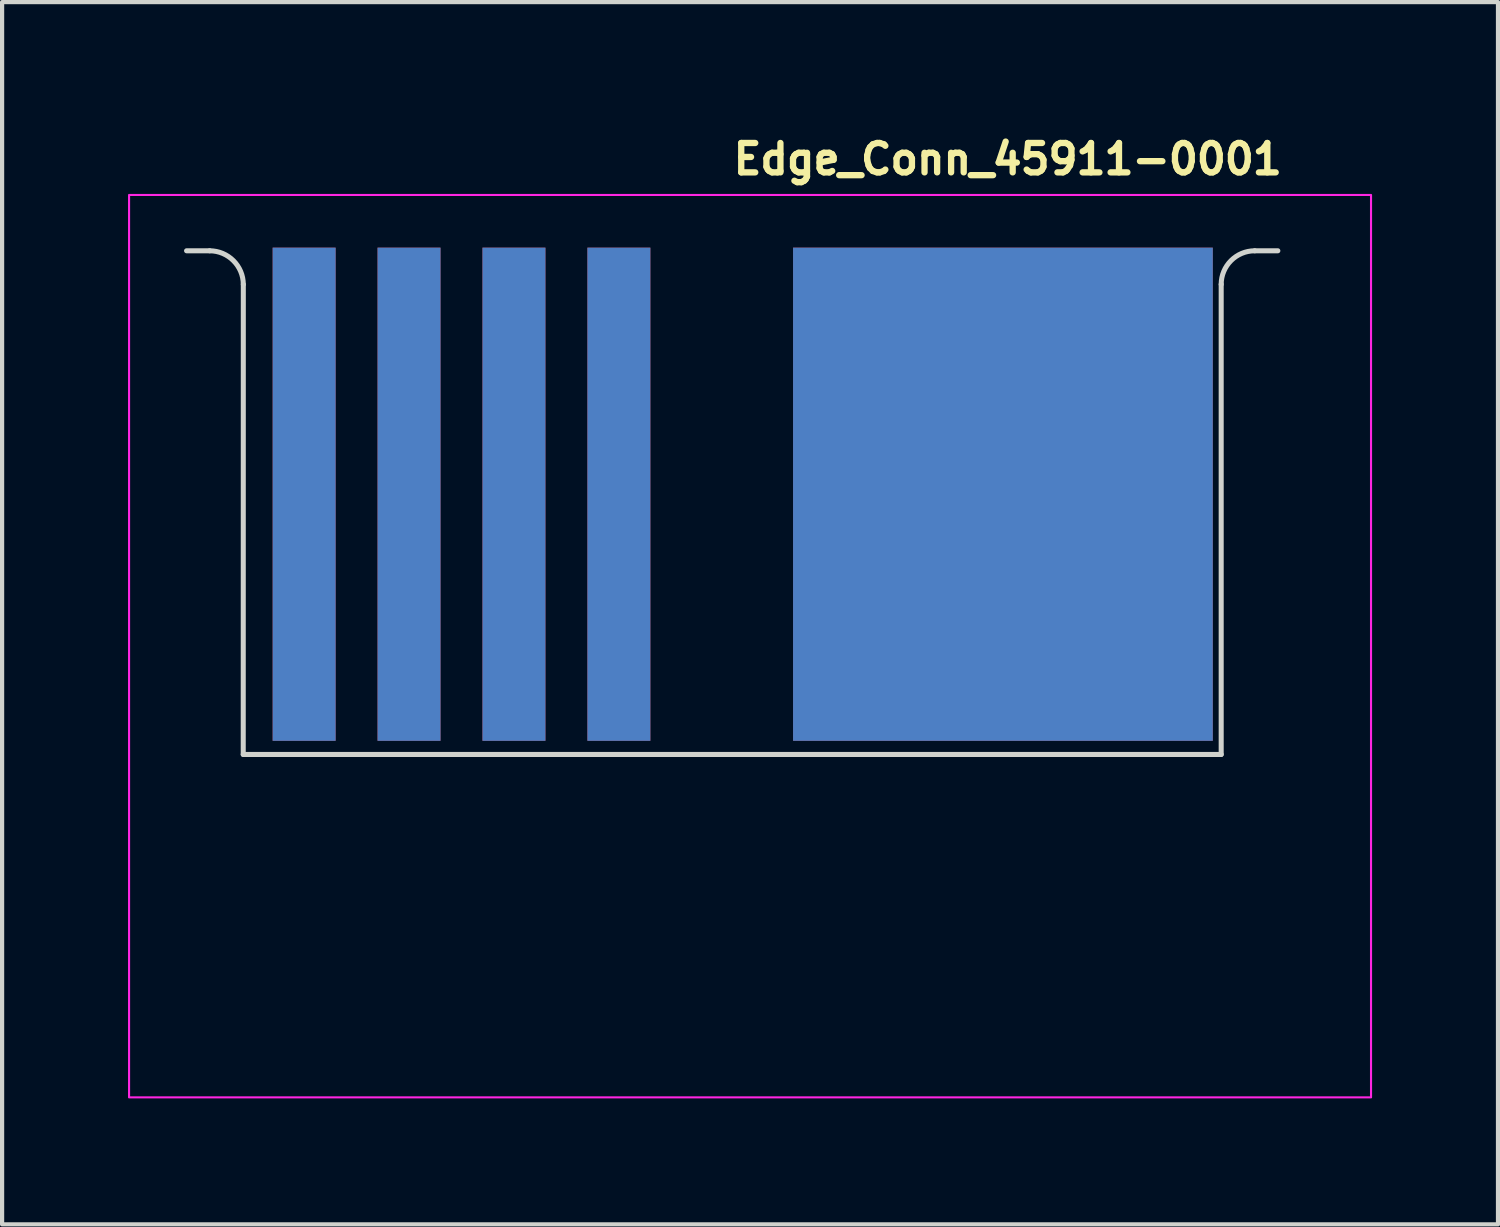
<source format=kicad_pcb>
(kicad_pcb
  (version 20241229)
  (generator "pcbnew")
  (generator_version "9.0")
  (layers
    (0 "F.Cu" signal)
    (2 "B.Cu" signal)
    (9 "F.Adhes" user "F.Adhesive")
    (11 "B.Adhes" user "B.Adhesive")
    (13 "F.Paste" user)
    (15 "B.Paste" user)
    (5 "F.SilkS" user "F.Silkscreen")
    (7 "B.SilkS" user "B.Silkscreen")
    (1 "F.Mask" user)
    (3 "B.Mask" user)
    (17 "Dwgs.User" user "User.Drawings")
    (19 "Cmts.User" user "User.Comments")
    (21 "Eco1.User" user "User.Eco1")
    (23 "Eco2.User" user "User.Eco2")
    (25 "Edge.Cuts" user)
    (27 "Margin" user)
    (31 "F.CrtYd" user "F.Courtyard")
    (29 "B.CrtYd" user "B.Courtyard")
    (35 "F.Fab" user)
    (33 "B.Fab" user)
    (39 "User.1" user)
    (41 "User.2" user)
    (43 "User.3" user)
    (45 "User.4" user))
  (footprint "Edge_Conn_45911-0001"
    (layer "F.Cu")
    (at 14.395 8.925)
    (property "Reference" "Edge_Conn_45911-0001" (at -0.05 -7.775 0) (layer "F.SilkS") (effects (font (size 0.7 0.7) (thickness 0.15)) (justify left bottom)))
    (attr exclude_from_pos_files exclude_from_bom)
    (fp_line (start -12.449 -6) (end -13 -6) (stroke (width 0.12) (type solid)) (layer "Edge.Cuts"))
    (fp_line (start -11.65 6) (end -11.648 -5.199) (stroke (width 0.12) (type solid)) (layer "Edge.Cuts"))
    (fp_line (start -11.65 6) (end 11.65 6) (stroke (width 0.12) (type solid)) (layer "Edge.Cuts"))
    (fp_line (start 11.65 6) (end 11.65 -5.2) (stroke (width 0.12) (type solid)) (layer "Edge.Cuts"))
    (fp_line (start 12.449 -6) (end 13 -6) (stroke (width 0.12) (type solid)) (layer "Edge.Cuts"))
    (fp_arc (start -12.449 -6) (mid -11.884 -5.765) (end -11.648 -5.199) (stroke (width 0.12) (type solid)) (layer "Edge.Cuts"))
    (fp_arc (start 11.65 -5.2) (mid 11.884 -5.765) (end 12.449 -6) (stroke (width 0.12) (type solid)) (layer "Edge.Cuts"))
    (fp_rect (start -14.37 -7.33) (end 15.22 14.17) (stroke (width 0.05) (type solid)) (fill no) (layer "F.CrtYd"))
    (fp_rect (start -13.379 -6.33) (end 14.22 13.17) (stroke (width 0.1) (type solid)) (fill no) (layer "User.5"))
    (fp_line (start -13.379 8.67) (end -13.379 -6.33) (stroke (width 0.02) (type solid)) (layer "User.9"))
    (fp_line (start -10.678 8.17) (end -10.678 8.67) (stroke (width 0.02) (type solid)) (layer "User.9"))
    (fp_line (start -10.678 8.17) (end -2.179 8.17) (stroke (width 0.02) (type solid)) (layer "User.9"))
    (fp_line (start -10.678 8.67) (end -13.379 8.67) (stroke (width 0.02) (type solid)) (layer "User.9"))
    (fp_line (start -10.678 8.67) (end -2.179 8.67) (stroke (width 0.02) (type solid)) (layer "User.9"))
    (fp_line (start -10.529 8.17) (end -10.529 13) (stroke (width 0.02) (type solid)) (layer "User.9"))
    (fp_line (start -9.829 8.17) (end -9.829 13) (stroke (width 0.02) (type solid)) (layer "User.9"))
    (fp_line (start -9.829 13) (end -10.529 13) (stroke (width 0.02) (type solid)) (layer "User.9"))
    (fp_line (start -8.029 13) (end -8.029 8.17) (stroke (width 0.02) (type solid)) (layer "User.9"))
    (fp_line (start -7.328 8.17) (end -7.328 13) (stroke (width 0.02) (type solid)) (layer "User.9"))
    (fp_line (start -7.328 13) (end -8.029 13) (stroke (width 0.02) (type solid)) (layer "User.9"))
    (fp_line (start -5.529 13) (end -5.529 8.17) (stroke (width 0.02) (type solid)) (layer "User.9"))
    (fp_line (start -4.828 8.17) (end -4.828 13) (stroke (width 0.02) (type solid)) (layer "User.9"))
    (fp_line (start -4.828 13) (end -5.529 13) (stroke (width 0.02) (type solid)) (layer "User.9"))
    (fp_line (start -3.028 8.17) (end -3.028 13) (stroke (width 0.02) (type solid)) (layer "User.9"))
    (fp_line (start -2.329 8.17) (end -2.329 13) (stroke (width 0.02) (type solid)) (layer "User.9"))
    (fp_line (start -2.329 13) (end -3.028 13) (stroke (width 0.02) (type solid)) (layer "User.9"))
    (fp_line (start -2.179 8.67) (end -2.179 8.17) (stroke (width 0.02) (type solid)) (layer "User.9"))
    (fp_line (start 0.957 8.67) (end 0.97 8.67) (stroke (width 0.02) (type solid)) (layer "User.9"))
    (fp_line (start 0.957 8.67) (end 0.97 8.67) (stroke (width 0.02) (type solid)) (layer "User.9"))
    (fp_line (start 0.957 8.67) (end 0.97 8.67) (stroke (width 0.02) (type default)) (layer "User.9"))
    (fp_line (start 0.97 8.67) (end 0.957 8.67) (stroke (width 0.02) (type solid)) (layer "User.9"))
    (fp_line (start 0.97 8.67) (end 0.97 8.67) (stroke (width 0.02) (type solid)) (layer "User.9"))
    (fp_line (start 0.97 8.67) (end 0.97 8.67) (stroke (width 0.02) (type solid)) (layer "User.9"))
    (fp_line (start 0.97 8.67) (end 0.97 8.67) (stroke (width 0.02) (type solid)) (layer "User.9"))
    (fp_line (start 0.97 8.67) (end 1.01 8.67) (stroke (width 0.02) (type solid)) (layer "User.9"))
    (fp_line (start 0.97 8.67) (end 1.01 8.67) (stroke (width 0.02) (type solid)) (layer "User.9"))
    (fp_line (start 1.01 8.67) (end 0.97 8.67) (stroke (width 0.02) (type solid)) (layer "User.9"))
    (fp_line (start 1.01 8.67) (end 1.01 8.67) (stroke (width 0.02) (type solid)) (layer "User.9"))
    (fp_line (start 1.01 8.67) (end 1.01 8.67) (stroke (width 0.02) (type solid)) (layer "User.9"))
    (fp_line (start 1.01 8.67) (end 1.01 8.67) (stroke (width 0.02) (type solid)) (layer "User.9"))
    (fp_line (start 1.01 8.67) (end 1.072 8.67) (stroke (width 0.02) (type solid)) (layer "User.9"))
    (fp_line (start 1.01 8.67) (end 1.072 8.67) (stroke (width 0.02) (type solid)) (layer "User.9"))
    (fp_line (start 1.072 8.67) (end 1.01 8.67) (stroke (width 0.02) (type solid)) (layer "User.9"))
    (fp_line (start 1.072 8.67) (end 1.072 8.67) (stroke (width 0.02) (type solid)) (layer "User.9"))
    (fp_line (start 1.072 8.67) (end 1.072 8.67) (stroke (width 0.02) (type solid)) (layer "User.9"))
    (fp_line (start 1.072 8.67) (end 1.072 8.67) (stroke (width 0.02) (type solid)) (layer "User.9"))
    (fp_line (start 1.072 8.67) (end 1.152 8.67) (stroke (width 0.02) (type solid)) (layer "User.9"))
    (fp_line (start 1.072 8.67) (end 1.152 8.67) (stroke (width 0.02) (type solid)) (layer "User.9"))
    (fp_line (start 1.121 8.67) (end 0.957 8.67) (stroke (width 0.02) (type solid)) (layer "User.9"))
    (fp_line (start 1.121 13.17) (end 1.121 8.67) (stroke (width 0.02) (type solid)) (layer "User.9"))
    (fp_line (start 1.152 8.67) (end 1.072 8.67) (stroke (width 0.02) (type solid)) (layer "User.9"))
    (fp_line (start 1.152 8.67) (end 1.152 8.67) (stroke (width 0.02) (type solid)) (layer "User.9"))
    (fp_line (start 1.152 8.67) (end 1.152 8.67) (stroke (width 0.02) (type solid)) (layer "User.9"))
    (fp_line (start 1.152 8.67) (end 1.152 8.67) (stroke (width 0.02) (type solid)) (layer "User.9"))
    (fp_line (start 1.152 8.67) (end 1.249 8.67) (stroke (width 0.02) (type solid)) (layer "User.9"))
    (fp_line (start 1.152 8.67) (end 1.249 8.67) (stroke (width 0.02) (type solid)) (layer "User.9"))
    (fp_line (start 1.249 8.67) (end 1.152 8.67) (stroke (width 0.02) (type solid)) (layer "User.9"))
    (fp_line (start 1.584 8.67) (end 1.692 8.67) (stroke (width 0.02) (type solid)) (layer "User.9"))
    (fp_line (start 1.584 8.67) (end 1.692 8.67) (stroke (width 0.02) (type solid)) (layer "User.9"))
    (fp_line (start 1.692 8.67) (end 1.471 8.67) (stroke (width 0.02) (type solid)) (layer "User.9"))
    (fp_line (start 1.692 8.67) (end 1.692 8.67) (stroke (width 0.02) (type solid)) (layer "User.9"))
    (fp_line (start 1.692 8.67) (end 1.692 8.67) (stroke (width 0.02) (type solid)) (layer "User.9"))
    (fp_line (start 1.692 8.67) (end 1.692 8.67) (stroke (width 0.02) (type solid)) (layer "User.9"))
    (fp_line (start 1.692 8.67) (end 11.211 8.665) (stroke (width 0.02) (type solid)) (layer "User.9"))
    (fp_line (start 1.701 8.67) (end -2.179 8.67) (stroke (width 0.02) (type solid)) (layer "User.9"))
    (fp_line (start 1.709 8.669) (end 1.701 8.67) (stroke (width 0.02) (type solid)) (layer "User.9"))
    (fp_line (start 1.718 8.667) (end 1.709 8.669) (stroke (width 0.02) (type solid)) (layer "User.9"))
    (fp_line (start 1.726 8.667) (end 1.718 8.667) (stroke (width 0.02) (type solid)) (layer "User.9"))
    (fp_line (start 1.734 8.664) (end 1.726 8.667) (stroke (width 0.02) (type solid)) (layer "User.9"))
    (fp_line (start 1.742 8.664) (end 1.734 8.664) (stroke (width 0.02) (type solid)) (layer "User.9"))
    (fp_line (start 1.749 8.662) (end 1.742 8.664) (stroke (width 0.02) (type solid)) (layer "User.9"))
    (fp_line (start 1.756 8.659) (end 1.749 8.662) (stroke (width 0.02) (type solid)) (layer "User.9"))
    (fp_line (start 1.762 8.657) (end 1.756 8.659) (stroke (width 0.02) (type solid)) (layer "User.9"))
    (fp_line (start 1.768 8.654) (end 1.762 8.657) (stroke (width 0.02) (type default)) (layer "User.9"))
    (fp_line (start 1.774 8.651) (end 1.768 8.654) (stroke (width 0.02) (type solid)) (layer "User.9"))
    (fp_line (start 1.78 8.647) (end 1.774 8.651) (stroke (width 0.02) (type solid)) (layer "User.9"))
    (fp_line (start 1.786 8.644) (end 1.78 8.647) (stroke (width 0.02) (type solid)) (layer "User.9"))
    (fp_line (start 1.791 8.639) (end 1.786 8.644) (stroke (width 0.02) (type solid)) (layer "User.9"))
    (fp_line (start 1.797 8.635) (end 1.791 8.639) (stroke (width 0.02) (type solid)) (layer "User.9"))
    (fp_line (start 1.801 8.63) (end 1.797 8.635) (stroke (width 0.02) (type solid)) (layer "User.9"))
    (fp_line (start 1.807 8.625) (end 1.807 8.626) (stroke (width 0.02) (type solid)) (layer "User.9"))
    (fp_line (start 1.807 8.625) (end 1.807 8.626) (stroke (width 0.02) (type solid)) (layer "User.9"))
    (fp_line (start 1.807 8.626) (end 1.801 8.63) (stroke (width 0.02) (type solid)) (layer "User.9"))
    (fp_line (start 1.807 8.626) (end 1.807 8.626) (stroke (width 0.02) (type solid)) (layer "User.9"))
    (fp_line (start 1.812 8.619) (end 1.807 8.626) (stroke (width 0.02) (type solid)) (layer "User.9"))
    (fp_line (start 1.816 8.616) (end 1.812 8.619) (stroke (width 0.02) (type solid)) (layer "User.9"))
    (fp_line (start 1.821 8.61) (end 1.807 8.626) (stroke (width 0.02) (type default)) (layer "User.9"))
    (fp_line (start 1.821 8.61) (end 1.821 13.17) (stroke (width 0.02) (type solid)) (layer "User.9"))
    (fp_line (start 1.821 8.611) (end 1.816 8.616) (stroke (width 0.02) (type solid)) (layer "User.9"))
    (fp_line (start 1.821 13.17) (end 1.121 13.17) (stroke (width 0.02) (type solid)) (layer "User.9"))
    (fp_line (start 1.825 8.606) (end 1.821 8.611) (stroke (width 0.02) (type solid)) (layer "User.9"))
    (fp_line (start 1.828 8.6) (end 1.825 8.606) (stroke (width 0.02) (type solid)) (layer "User.9"))
    (fp_line (start 1.832 8.595) (end 1.828 8.6) (stroke (width 0.02) (type solid)) (layer "User.9"))
    (fp_line (start 1.835 8.587) (end 1.832 8.595) (stroke (width 0.02) (type solid)) (layer "User.9"))
    (fp_line (start 1.838 8.582) (end 1.835 8.587) (stroke (width 0.02) (type solid)) (layer "User.9"))
    (fp_line (start 1.841 8.575) (end 1.838 8.582) (stroke (width 0.02) (type solid)) (layer "User.9"))
    (fp_line (start 1.843 8.568) (end 1.841 8.575) (stroke (width 0.02) (type solid)) (layer "User.9"))
    (fp_line (start 1.845 8.561) (end 1.843 8.568) (stroke (width 0.02) (type solid)) (layer "User.9"))
    (fp_line (start 1.847 8.553) (end 1.845 8.561) (stroke (width 0.02) (type solid)) (layer "User.9"))
    (fp_line (start 1.848 8.545) (end 1.847 8.553) (stroke (width 0.02) (type solid)) (layer "User.9"))
    (fp_line (start 1.849 8.537) (end 1.848 8.545) (stroke (width 0.02) (type solid)) (layer "User.9"))
    (fp_line (start 1.85 8.526) (end 1.849 8.537) (stroke (width 0.02) (type solid)) (layer "User.9"))
    (fp_line (start 1.851 8.311) (end 1.852 8.302) (stroke (width 0.02) (type solid)) (layer "User.9"))
    (fp_line (start 1.851 8.32) (end 1.851 8.311) (stroke (width 0.02) (type solid)) (layer "User.9"))
    (fp_line (start 1.851 8.32) (end 1.851 8.52) (stroke (width 0.02) (type solid)) (layer "User.9"))
    (fp_line (start 1.851 8.52) (end 1.85 8.526) (stroke (width 0.02) (type solid)) (layer "User.9"))
    (fp_line (start 1.852 8.302) (end 1.853 8.294) (stroke (width 0.02) (type solid)) (layer "User.9"))
    (fp_line (start 1.853 8.294) (end 1.854 8.286) (stroke (width 0.02) (type solid)) (layer "User.9"))
    (fp_line (start 1.854 8.286) (end 1.856 8.276) (stroke (width 0.02) (type solid)) (layer "User.9"))
    (fp_line (start 1.856 8.276) (end 1.858 8.271) (stroke (width 0.02) (type solid)) (layer "User.9"))
    (fp_line (start 1.858 8.271) (end 1.86 8.264) (stroke (width 0.02) (type solid)) (layer "User.9"))
    (fp_line (start 1.86 8.264) (end 1.863 8.257) (stroke (width 0.02) (type solid)) (layer "User.9"))
    (fp_line (start 1.863 8.257) (end 1.866 8.251) (stroke (width 0.02) (type solid)) (layer "User.9"))
    (fp_line (start 1.866 8.251) (end 1.869 8.244) (stroke (width 0.02) (type solid)) (layer "User.9"))
    (fp_line (start 1.869 8.244) (end 1.873 8.239) (stroke (width 0.02) (type solid)) (layer "User.9"))
    (fp_line (start 1.873 8.239) (end 1.875 8.233) (stroke (width 0.02) (type solid)) (layer "User.9"))
    (fp_line (start 1.875 8.233) (end 1.879 8.228) (stroke (width 0.02) (type solid)) (layer "User.9"))
    (fp_line (start 1.879 8.228) (end 1.885 8.223) (stroke (width 0.02) (type solid)) (layer "User.9"))
    (fp_line (start 1.885 8.223) (end 1.889 8.218) (stroke (width 0.02) (type solid)) (layer "User.9"))
    (fp_line (start 1.889 8.218) (end 1.893 8.212) (stroke (width 0.02) (type solid)) (layer "User.9"))
    (fp_line (start 1.893 8.212) (end 1.893 8.212) (stroke (width 0.02) (type solid)) (layer "User.9"))
    (fp_line (start 1.893 8.212) (end 1.897 8.209) (stroke (width 0.02) (type solid)) (layer "User.9"))
    (fp_line (start 1.897 8.209) (end 1.903 8.204) (stroke (width 0.02) (type solid)) (layer "User.9"))
    (fp_line (start 1.903 8.204) (end 1.907 8.2) (stroke (width 0.02) (type solid)) (layer "User.9"))
    (fp_line (start 1.907 8.2) (end 1.913 8.195) (stroke (width 0.02) (type solid)) (layer "User.9"))
    (fp_line (start 1.913 8.195) (end 1.918 8.192) (stroke (width 0.02) (type solid)) (layer "User.9"))
    (fp_line (start 1.918 8.192) (end 1.924 8.188) (stroke (width 0.02) (type solid)) (layer "User.9"))
    (fp_line (start 1.924 8.188) (end 1.932 8.185) (stroke (width 0.02) (type solid)) (layer "User.9"))
    (fp_line (start 1.932 8.185) (end 1.938 8.18) (stroke (width 0.02) (type solid)) (layer "User.9"))
    (fp_line (start 1.938 8.18) (end 1.945 8.18) (stroke (width 0.02) (type solid)) (layer "User.9"))
    (fp_line (start 1.945 8.18) (end 1.952 8.176) (stroke (width 0.02) (type solid)) (layer "User.9"))
    (fp_line (start 1.952 8.176) (end 1.959 8.173) (stroke (width 0.02) (type solid)) (layer "User.9"))
    (fp_line (start 1.959 8.173) (end 1.967 8.173) (stroke (width 0.02) (type solid)) (layer "User.9"))
    (fp_line (start 1.967 8.173) (end 1.975 8.17) (stroke (width 0.02) (type solid)) (layer "User.9"))
    (fp_line (start 1.975 8.17) (end 1.983 8.17) (stroke (width 0.02) (type solid)) (layer "User.9"))
    (fp_line (start 1.983 8.17) (end 1.992 8.17) (stroke (width 0.02) (type solid)) (layer "User.9"))
    (fp_line (start 1.992 8.17) (end 2 8.17) (stroke (width 0.02) (type solid)) (layer "User.9"))
    (fp_line (start 2 8.17) (end 10.941 8.17) (stroke (width 0.02) (type solid)) (layer "User.9"))
    (fp_line (start 3.621 13.17) (end 3.621 8.17) (stroke (width 0.02) (type solid)) (layer "User.9"))
    (fp_line (start 4.321 8.17) (end 4.321 13.17) (stroke (width 0.02) (type solid)) (layer "User.9"))
    (fp_line (start 4.321 13.17) (end 3.621 13.17) (stroke (width 0.02) (type solid)) (layer "User.9"))
    (fp_line (start 6.12 13.17) (end 6.12 8.17) (stroke (width 0.02) (type solid)) (layer "User.9"))
    (fp_line (start 6.821 8.17) (end 6.821 13.17) (stroke (width 0.02) (type solid)) (layer "User.9"))
    (fp_line (start 6.821 13.17) (end 6.12 13.17) (stroke (width 0.02) (type solid)) (layer "User.9"))
    (fp_line (start 8.621 8.17) (end 8.621 13.17) (stroke (width 0.02) (type solid)) (layer "User.9"))
    (fp_line (start 9.321 8.17) (end 9.321 13.17) (stroke (width 0.02) (type solid)) (layer "User.9"))
    (fp_line (start 9.321 13.17) (end 8.621 13.17) (stroke (width 0.02) (type solid)) (layer "User.9"))
    (fp_line (start 10.941 8.17) (end 10.949 8.17) (stroke (width 0.02) (type solid)) (layer "User.9"))
    (fp_line (start 10.949 8.17) (end 10.958 8.17) (stroke (width 0.02) (type solid)) (layer "User.9"))
    (fp_line (start 10.958 8.17) (end 10.965 8.17) (stroke (width 0.02) (type solid)) (layer "User.9"))
    (fp_line (start 10.965 8.17) (end 10.974 8.173) (stroke (width 0.02) (type solid)) (layer "User.9"))
    (fp_line (start 10.974 8.173) (end 10.981 8.173) (stroke (width 0.02) (type solid)) (layer "User.9"))
    (fp_line (start 10.981 8.173) (end 10.989 8.176) (stroke (width 0.02) (type solid)) (layer "User.9"))
    (fp_line (start 10.989 8.176) (end 10.996 8.18) (stroke (width 0.02) (type solid)) (layer "User.9"))
    (fp_line (start 10.996 8.18) (end 11.002 8.18) (stroke (width 0.02) (type solid)) (layer "User.9"))
    (fp_line (start 11.002 8.18) (end 11.009 8.185) (stroke (width 0.02) (type solid)) (layer "User.9"))
    (fp_line (start 11.009 8.185) (end 11.015 8.188) (stroke (width 0.02) (type solid)) (layer "User.9"))
    (fp_line (start 11.015 8.188) (end 11.022 8.192) (stroke (width 0.02) (type solid)) (layer "User.9"))
    (fp_line (start 11.022 8.192) (end 11.026 8.195) (stroke (width 0.02) (type solid)) (layer "User.9"))
    (fp_line (start 11.026 8.195) (end 11.031 8.2) (stroke (width 0.02) (type solid)) (layer "User.9"))
    (fp_line (start 11.031 8.2) (end 11.037 8.204) (stroke (width 0.02) (type solid)) (layer "User.9"))
    (fp_line (start 11.037 8.204) (end 11.042 8.209) (stroke (width 0.02) (type solid)) (layer "User.9"))
    (fp_line (start 11.042 8.209) (end 11.047 8.212) (stroke (width 0.02) (type solid)) (layer "User.9"))
    (fp_line (start 11.047 8.212) (end 11.047 8.212) (stroke (width 0.02) (type solid)) (layer "User.9"))
    (fp_line (start 11.047 8.212) (end 11.052 8.218) (stroke (width 0.02) (type solid)) (layer "User.9"))
    (fp_line (start 11.052 8.218) (end 11.055 8.223) (stroke (width 0.02) (type solid)) (layer "User.9"))
    (fp_line (start 11.055 8.223) (end 11.06 8.228) (stroke (width 0.02) (type solid)) (layer "User.9"))
    (fp_line (start 11.06 8.228) (end 11.065 8.233) (stroke (width 0.02) (type solid)) (layer "User.9"))
    (fp_line (start 11.065 8.233) (end 11.068 8.239) (stroke (width 0.02) (type solid)) (layer "User.9"))
    (fp_line (start 11.068 8.239) (end 11.071 8.244) (stroke (width 0.02) (type solid)) (layer "User.9"))
    (fp_line (start 11.071 8.244) (end 11.074 8.251) (stroke (width 0.02) (type solid)) (layer "User.9"))
    (fp_line (start 11.074 8.251) (end 11.078 8.257) (stroke (width 0.02) (type solid)) (layer "User.9"))
    (fp_line (start 11.078 8.257) (end 11.081 8.264) (stroke (width 0.02) (type solid)) (layer "User.9"))
    (fp_line (start 11.081 8.264) (end 11.083 8.271) (stroke (width 0.02) (type solid)) (layer "User.9"))
    (fp_line (start 11.083 8.271) (end 11.085 8.276) (stroke (width 0.02) (type solid)) (layer "User.9"))
    (fp_line (start 11.085 8.276) (end 11.087 8.286) (stroke (width 0.02) (type solid)) (layer "User.9"))
    (fp_line (start 11.087 8.286) (end 11.087 8.294) (stroke (width 0.02) (type solid)) (layer "User.9"))
    (fp_line (start 11.087 8.294) (end 11.089 8.302) (stroke (width 0.02) (type solid)) (layer "User.9"))
    (fp_line (start 11.089 8.302) (end 11.09 8.311) (stroke (width 0.02) (type solid)) (layer "User.9"))
    (fp_line (start 11.09 8.311) (end 11.09 8.32) (stroke (width 0.02) (type solid)) (layer "User.9"))
    (fp_line (start 11.09 8.52) (end 11.09 8.32) (stroke (width 0.02) (type solid)) (layer "User.9"))
    (fp_line (start 11.09 8.526) (end 11.09 8.52) (stroke (width 0.02) (type solid)) (layer "User.9"))
    (fp_line (start 11.092 8.537) (end 11.09 8.526) (stroke (width 0.02) (type solid)) (layer "User.9"))
    (fp_line (start 11.092 8.545) (end 11.092 8.537) (stroke (width 0.02) (type solid)) (layer "User.9"))
    (fp_line (start 11.094 8.553) (end 11.092 8.545) (stroke (width 0.02) (type solid)) (layer "User.9"))
    (fp_line (start 11.095 8.561) (end 11.094 8.553) (stroke (width 0.02) (type solid)) (layer "User.9"))
    (fp_line (start 11.098 8.568) (end 11.095 8.561) (stroke (width 0.02) (type solid)) (layer "User.9"))
    (fp_line (start 11.1 8.575) (end 11.098 8.568) (stroke (width 0.02) (type solid)) (layer "User.9"))
    (fp_line (start 11.103 8.582) (end 11.1 8.575) (stroke (width 0.02) (type solid)) (layer "User.9"))
    (fp_line (start 11.106 8.587) (end 11.103 8.582) (stroke (width 0.02) (type solid)) (layer "User.9"))
    (fp_line (start 11.108 8.595) (end 11.106 8.587) (stroke (width 0.02) (type solid)) (layer "User.9"))
    (fp_line (start 11.113 8.6) (end 11.108 8.595) (stroke (width 0.02) (type solid)) (layer "User.9"))
    (fp_line (start 11.116 8.606) (end 11.113 8.6) (stroke (width 0.02) (type solid)) (layer "User.9"))
    (fp_line (start 11.119 8.611) (end 11.116 8.606) (stroke (width 0.02) (type solid)) (layer "User.9"))
    (fp_line (start 11.121 8.61) (end 11.121 13.17) (stroke (width 0.02) (type solid)) (layer "User.9"))
    (fp_line (start 11.121 8.61) (end 11.134 8.625) (stroke (width 0.02) (type default)) (layer "User.9"))
    (fp_line (start 11.124 8.616) (end 11.119 8.611) (stroke (width 0.02) (type solid)) (layer "User.9"))
    (fp_line (start 11.129 8.619) (end 11.124 8.616) (stroke (width 0.02) (type solid)) (layer "User.9"))
    (fp_line (start 11.134 8.625) (end 11.134 8.625) (stroke (width 0.02) (type solid)) (layer "User.9"))
    (fp_line (start 11.134 8.625) (end 11.134 8.625) (stroke (width 0.02) (type solid)) (layer "User.9"))
    (fp_line (start 11.134 8.626) (end 11.129 8.619) (stroke (width 0.02) (type solid)) (layer "User.9"))
    (fp_line (start 11.134 8.626) (end 11.134 8.625) (stroke (width 0.02) (type solid)) (layer "User.9"))
    (fp_line (start 11.134 8.626) (end 11.134 8.626) (stroke (width 0.02) (type solid)) (layer "User.9"))
    (fp_line (start 11.139 8.63) (end 11.134 8.626) (stroke (width 0.02) (type solid)) (layer "User.9"))
    (fp_line (start 11.144 8.635) (end 11.139 8.63) (stroke (width 0.02) (type solid)) (layer "User.9"))
    (fp_line (start 11.148 8.639) (end 11.144 8.635) (stroke (width 0.02) (type solid)) (layer "User.9"))
    (fp_line (start 11.153 8.644) (end 11.148 8.639) (stroke (width 0.02) (type solid)) (layer "User.9"))
    (fp_line (start 11.159 8.647) (end 11.153 8.644) (stroke (width 0.02) (type solid)) (layer "User.9"))
    (fp_line (start 11.164 8.651) (end 11.159 8.647) (stroke (width 0.02) (type solid)) (layer "User.9"))
    (fp_line (start 11.172 8.654) (end 11.164 8.651) (stroke (width 0.02) (type solid)) (layer "User.9"))
    (fp_line (start 11.178 8.657) (end 11.172 8.654) (stroke (width 0.02) (type solid)) (layer "User.9"))
    (fp_line (start 11.185 8.659) (end 11.178 8.657) (stroke (width 0.02) (type solid)) (layer "User.9"))
    (fp_line (start 11.192 8.662) (end 11.185 8.659) (stroke (width 0.02) (type solid)) (layer "User.9"))
    (fp_line (start 11.199 8.664) (end 11.192 8.662) (stroke (width 0.02) (type solid)) (layer "User.9"))
    (fp_line (start 11.207 8.664) (end 11.199 8.664) (stroke (width 0.02) (type solid)) (layer "User.9"))
    (fp_line (start 11.211 8.665) (end 11.249 8.67) (stroke (width 0.02) (type default)) (layer "User.9"))
    (fp_line (start 11.215 8.667) (end 11.207 8.664) (stroke (width 0.02) (type solid)) (layer "User.9"))
    (fp_line (start 11.223 8.667) (end 11.215 8.667) (stroke (width 0.02) (type solid)) (layer "User.9"))
    (fp_line (start 11.231 8.669) (end 11.223 8.667) (stroke (width 0.02) (type solid)) (layer "User.9"))
    (fp_line (start 11.241 8.67) (end 11.231 8.669) (stroke (width 0.02) (type solid)) (layer "User.9"))
    (fp_line (start 11.249 8.67) (end 11.249 8.67) (stroke (width 0.02) (type solid)) (layer "User.9"))
    (fp_line (start 11.356 8.67) (end 11.249 8.67) (stroke (width 0.02) (type solid)) (layer "User.9"))
    (fp_line (start 11.356 8.67) (end 11.356 8.67) (stroke (width 0.02) (type solid)) (layer "User.9"))
    (fp_line (start 11.47 8.67) (end 11.356 8.67) (stroke (width 0.02) (type solid)) (layer "User.9"))
    (fp_line (start 11.47 8.67) (end 11.47 8.67) (stroke (width 0.02) (type solid)) (layer "User.9"))
    (fp_line (start 11.692 8.67) (end 11.47 8.67) (stroke (width 0.02) (type solid)) (layer "User.9"))
    (fp_line (start 11.692 8.67) (end 11.692 8.67) (stroke (width 0.02) (type solid)) (layer "User.9"))
    (fp_line (start 11.789 8.67) (end 11.692 8.67) (stroke (width 0.02) (type solid)) (layer "User.9"))
    (fp_line (start 11.789 8.67) (end 11.789 8.67) (stroke (width 0.02) (type solid)) (layer "User.9"))
    (fp_line (start 11.821 8.67) (end 11.821 13.17) (stroke (width 0.02) (type solid)) (layer "User.9"))
    (fp_line (start 11.821 8.67) (end 11.981 8.67) (stroke (width 0.02) (type solid)) (layer "User.9"))
    (fp_line (start 11.821 8.67) (end 11.981 8.67) (stroke (width 0.02) (type solid)) (layer "User.9"))
    (fp_line (start 11.821 13.17) (end 11.121 13.17) (stroke (width 0.02) (type solid)) (layer "User.9"))
    (fp_line (start 11.869 8.67) (end 11.789 8.67) (stroke (width 0.02) (type solid)) (layer "User.9"))
    (fp_line (start 11.869 8.67) (end 11.869 8.67) (stroke (width 0.02) (type solid)) (layer "User.9"))
    (fp_line (start 11.93 8.67) (end 11.869 8.67) (stroke (width 0.02) (type solid)) (layer "User.9"))
    (fp_line (start 11.93 8.67) (end 11.93 8.67) (stroke (width 0.02) (type solid)) (layer "User.9"))
    (fp_line (start 11.967 8.67) (end 11.93 8.67) (stroke (width 0.02) (type solid)) (layer "User.9"))
    (fp_line (start 11.967 8.67) (end 11.967 8.67) (stroke (width 0.02) (type solid)) (layer "User.9"))
    (fp_line (start 11.981 8.67) (end 11.821 8.67) (stroke (width 0.02) (type solid)) (layer "User.9"))
    (fp_line (start 11.981 8.67) (end 11.967 8.67) (stroke (width 0.02) (type solid)) (layer "User.9"))
    (fp_line (start 13.421 -6.33) (end -13.379 -6.33) (stroke (width 0.02) (type solid)) (layer "User.9"))
    (fp_line (start 13.421 -6.33) (end 13.421 8.67) (stroke (width 0.02) (type solid)) (layer "User.9"))
    (fp_line (start 13.421 -6.33) (end 13.741 -5.33) (stroke (width 0.02) (type solid)) (layer "User.9"))
    (fp_line (start 13.421 8.67) (end 11.241 8.67) (stroke (width 0.02) (type solid)) (layer "User.9"))
    (fp_line (start 13.741 -5.33) (end 14.22 -5.33) (stroke (width 0.02) (type solid)) (layer "User.9"))
    (fp_line (start 14.22 8.67) (end 13.421 8.67) (stroke (width 0.02) (type solid)) (layer "User.9"))
    (fp_line (start 14.22 8.67) (end 14.22 -5.33) (stroke (width 0.02) (type solid)) (layer "User.9"))
    (pad "A1" smd rect (at -10.199 -0.2) (size 1.5 11.75) (layers "B.Cu" "B.Mask"))
    (pad "A2" smd rect (at -7.7 -0.2) (size 1.5 11.75) (layers "B.Cu" "B.Mask"))
    (pad "A3" smd rect (at -5.2 -0.2) (size 1.5 11.75) (layers "B.Cu" "B.Mask"))
    (pad "A4" smd rect (at -2.7 -0.2) (size 1.5 11.75) (layers "B.Cu" "B.Mask"))
    (pad "A5" smd rect (at 6.45 -0.2) (size 10 11.75) (layers "B.Cu" "B.Mask"))
    (pad "B1" smd rect (at -10.199 -0.2) (size 1.5 11.75) (layers "F.Cu" "F.Mask"))
    (pad "B2" smd rect (at -7.7 -0.2) (size 1.5 11.75) (layers "F.Cu" "F.Mask"))
    (pad "B3" smd rect (at -5.2 -0.2) (size 1.5 11.75) (layers "F.Cu" "F.Mask"))
    (pad "B4" smd rect (at -2.7 -0.2) (size 1.5 11.75) (layers "F.Cu" "F.Mask"))
    (pad "B5" smd rect (at 6.45 -0.2) (size 10 11.75) (layers "F.Cu" "F.Mask")))
  (gr_rect
    (start -3 -3)
    (end 32.64 26.12)
    (stroke (width 0.1) (type default))
    (fill no)
    (layer "Edge.Cuts")))
</source>
